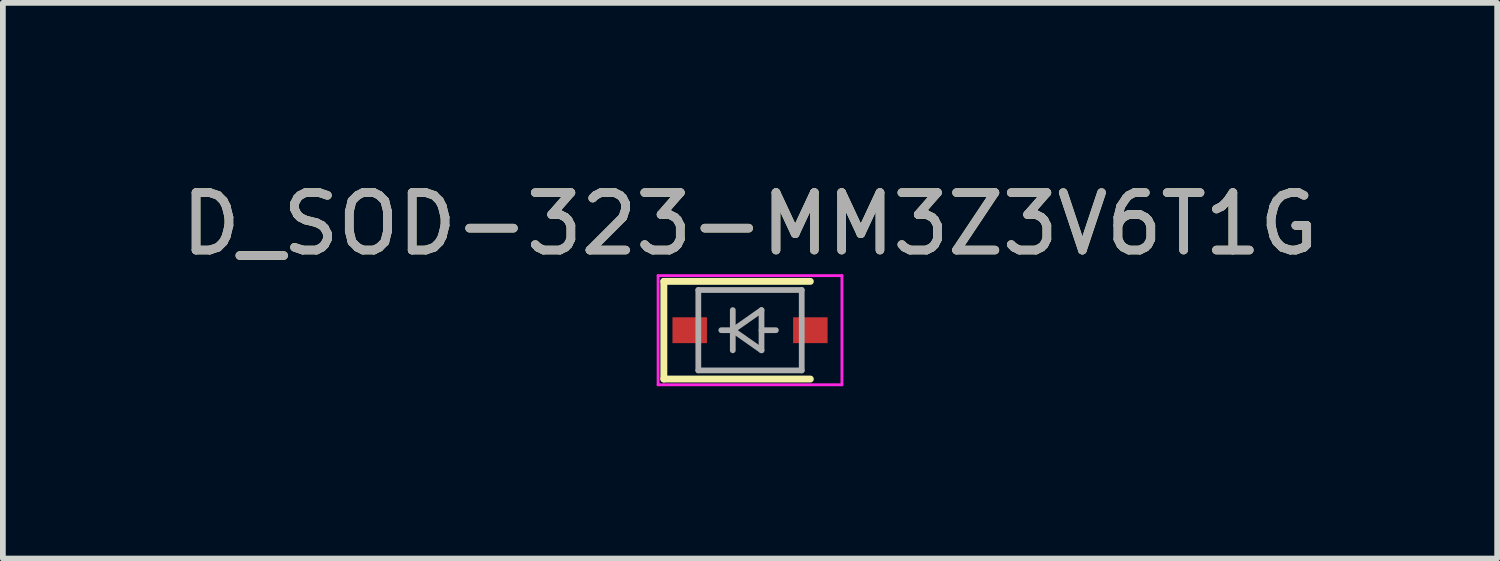
<source format=kicad_pcb>
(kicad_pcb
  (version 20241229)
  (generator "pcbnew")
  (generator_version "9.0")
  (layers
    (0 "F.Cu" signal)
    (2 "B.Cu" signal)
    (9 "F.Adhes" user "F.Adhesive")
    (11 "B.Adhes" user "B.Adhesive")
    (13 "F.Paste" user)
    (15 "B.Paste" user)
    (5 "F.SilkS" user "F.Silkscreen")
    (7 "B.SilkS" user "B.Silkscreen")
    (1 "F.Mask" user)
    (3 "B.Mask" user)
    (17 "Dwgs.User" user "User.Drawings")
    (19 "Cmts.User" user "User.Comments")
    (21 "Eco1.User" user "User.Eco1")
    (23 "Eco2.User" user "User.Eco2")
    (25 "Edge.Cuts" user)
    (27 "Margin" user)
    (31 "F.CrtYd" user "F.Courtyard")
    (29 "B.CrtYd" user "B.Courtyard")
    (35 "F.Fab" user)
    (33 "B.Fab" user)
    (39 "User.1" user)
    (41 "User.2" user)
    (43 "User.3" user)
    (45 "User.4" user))
  (footprint "D_SOD-323-MM3Z3V6T1G"
    (layer "F.Cu")
    (at 10.006 2.698)
    (property "Reference" "D_SOD-323-MM3Z3V6T1G" (at 0 -1.85 0) (layer "F.SilkS") (effects (font (size 1 1) (thickness 0.15))))
    (attr smd)
    (fp_line (start -1.5 -0.85) (end -1.5 0.85) (stroke (width 0.12) (type solid)) (layer "F.SilkS"))
    (fp_line (start -1.5 -0.85) (end 1.05 -0.85) (stroke (width 0.12) (type solid)) (layer "F.SilkS"))
    (fp_line (start -1.5 0.85) (end 1.05 0.85) (stroke (width 0.12) (type solid)) (layer "F.SilkS"))
    (fp_line (start -1.6 -0.95) (end -1.6 0.95) (stroke (width 0.05) (type solid)) (layer "F.CrtYd"))
    (fp_line (start -1.6 -0.95) (end 1.6 -0.95) (stroke (width 0.05) (type solid)) (layer "F.CrtYd"))
    (fp_line (start -1.6 0.95) (end 1.6 0.95) (stroke (width 0.05) (type solid)) (layer "F.CrtYd"))
    (fp_line (start 1.6 -0.95) (end 1.6 0.95) (stroke (width 0.05) (type solid)) (layer "F.CrtYd"))
    (fp_line (start -0.9 -0.7) (end 0.9 -0.7) (stroke (width 0.1) (type solid)) (layer "F.Fab"))
    (fp_line (start -0.9 0.7) (end -0.9 -0.7) (stroke (width 0.1) (type solid)) (layer "F.Fab"))
    (fp_line (start -0.3 -0.35) (end -0.3 0.35) (stroke (width 0.1) (type solid)) (layer "F.Fab"))
    (fp_line (start -0.3 0) (end -0.5 0) (stroke (width 0.1) (type solid)) (layer "F.Fab"))
    (fp_line (start -0.3 0) (end 0.2 -0.35) (stroke (width 0.1) (type solid)) (layer "F.Fab"))
    (fp_line (start 0.2 -0.35) (end 0.2 0.35) (stroke (width 0.1) (type solid)) (layer "F.Fab"))
    (fp_line (start 0.2 0) (end 0.45 0) (stroke (width 0.1) (type solid)) (layer "F.Fab"))
    (fp_line (start 0.2 0.35) (end -0.3 0) (stroke (width 0.1) (type solid)) (layer "F.Fab"))
    (fp_line (start 0.9 -0.7) (end 0.9 0.7) (stroke (width 0.1) (type solid)) (layer "F.Fab"))
    (fp_line (start 0.9 0.7) (end -0.9 0.7) (stroke (width 0.1) (type solid)) (layer "F.Fab"))
    (fp_text user "${REFERENCE}" (at 0 -1.85 0) (layer "F.Fab") (effects (font (size 1 1) (thickness 0.15))))
    (pad "1" smd rect (at -1.05 0) (size 0.6 0.45) (layers "F.Cu" "F.Mask" "F.Paste"))
    (pad "2" smd rect (at 1.05 0) (size 0.6 0.45) (layers "F.Cu" "F.Mask" "F.Paste")))
  (gr_rect
    (start -3 -3)
    (end 23.012 6.673)
    (stroke (width 0.1) (type default))
    (fill no)
    (layer "Edge.Cuts")))
</source>
